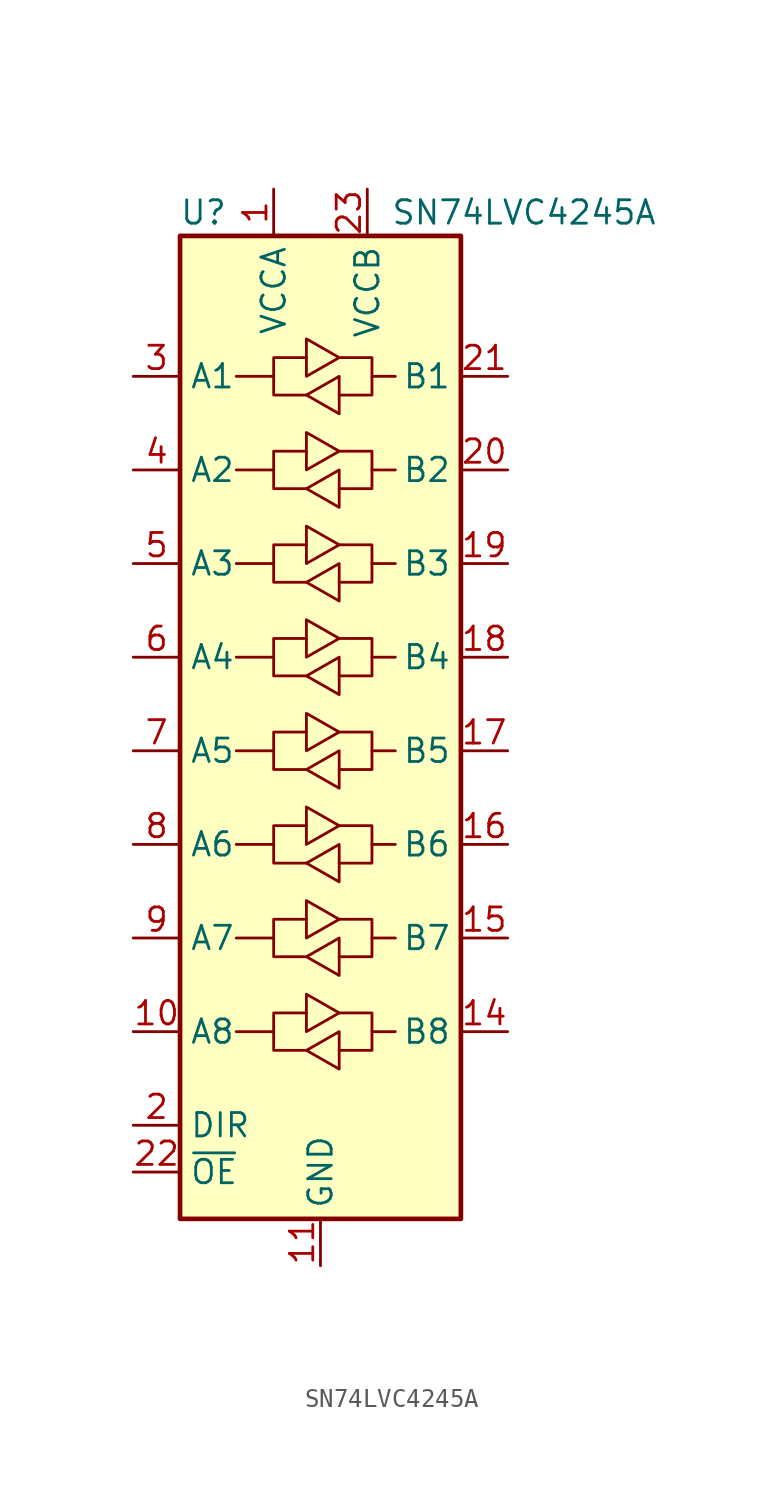
<source format=kicad_sym>
(kicad_symbol_lib
  (version 20211014)
  (generator kicad_symbol_editor)
  (symbol "SN74LVC4245A"
    (property "Reference" "U"
      (at -6.35 11.43 0)
      (effects (font (size 1.27 1.27))))
    (property "Value" "SN74LVC4245A"
      (at 3.81 11.43 0)
      (effects (font (size 1.27 1.27)) (justify left)))
    (symbol "SN74LVC4245A_0_1"
      (rectangle (start -7.62 10.16) (end 7.62 -43.18) (stroke (width 0.254) (type default) (color 0 0 0 0)) (fill (type background)))
      (polyline (pts (xy -2.54 2.54) (xy -2.54 3.556) (xy -0.762 3.556)) (stroke (width 0) (type default) (color 0 0 0 0)) (fill (type none)))
      (polyline (pts (xy 2.794 2.54) (xy 2.794 1.524) (xy 1.016 1.524)) (stroke (width 0) (type default) (color 0 0 0 0)) (fill (type none)))
      (polyline (pts (xy -0.762 1.524) (xy -2.54 1.524) (xy -2.54 2.54) (xy -4.572 2.54)) (stroke (width 0) (type default) (color 0 0 0 0)) (fill (type none)))
      (polyline (pts (xy -0.762 2.54) (xy -0.762 4.572) (xy 1.016 3.556) (xy -0.762 2.54)) (stroke (width 0) (type default) (color 0 0 0 0)) (fill (type none)))
      (polyline (pts (xy 1.016 3.556) (xy 2.794 3.556) (xy 2.794 2.54) (xy 4.064 2.54)) (stroke (width 0) (type default) (color 0 0 0 0)) (fill (type none)))
      (polyline (pts (xy 1.016 2.54) (xy 1.016 0.762) (xy 1.016 0.508) (xy -0.762 1.524) (xy 1.016 2.54)) (stroke (width 0) (type default) (color 0 0 0 0)) (fill (type none))))
    (symbol "SN74LVC4245A_1_1"
      (polyline (pts (xy -2.54 -33.02) (xy -2.54 -32.004) (xy -0.762 -32.004)) (stroke (width 0) (type default) (color 0 0 0 0)) (fill (type none)))
      (polyline (pts (xy -2.54 -27.94) (xy -2.54 -26.924) (xy -0.762 -26.924)) (stroke (width 0) (type default) (color 0 0 0 0)) (fill (type none)))
      (polyline (pts (xy -2.54 -22.86) (xy -2.54 -21.844) (xy -0.762 -21.844)) (stroke (width 0) (type default) (color 0 0 0 0)) (fill (type none)))
      (polyline (pts (xy -2.54 -17.78) (xy -2.54 -16.764) (xy -0.762 -16.764)) (stroke (width 0) (type default) (color 0 0 0 0)) (fill (type none)))
      (polyline (pts (xy -2.54 -12.7) (xy -2.54 -11.684) (xy -0.762 -11.684)) (stroke (width 0) (type default) (color 0 0 0 0)) (fill (type none)))
      (polyline (pts (xy -2.54 -7.62) (xy -2.54 -6.604) (xy -0.762 -6.604)) (stroke (width 0) (type default) (color 0 0 0 0)) (fill (type none)))
      (polyline (pts (xy -2.54 -2.54) (xy -2.54 -1.524) (xy -0.762 -1.524)) (stroke (width 0) (type default) (color 0 0 0 0)) (fill (type none)))
      (polyline (pts (xy 2.794 -33.02) (xy 2.794 -34.036) (xy 1.016 -34.036)) (stroke (width 0) (type default) (color 0 0 0 0)) (fill (type none)))
      (polyline (pts (xy 2.794 -27.94) (xy 2.794 -28.956) (xy 1.016 -28.956)) (stroke (width 0) (type default) (color 0 0 0 0)) (fill (type none)))
      (polyline (pts (xy 2.794 -22.86) (xy 2.794 -23.876) (xy 1.016 -23.876)) (stroke (width 0) (type default) (color 0 0 0 0)) (fill (type none)))
      (polyline (pts (xy 2.794 -17.78) (xy 2.794 -18.796) (xy 1.016 -18.796)) (stroke (width 0) (type default) (color 0 0 0 0)) (fill (type none)))
      (polyline (pts (xy 2.794 -12.7) (xy 2.794 -13.716) (xy 1.016 -13.716)) (stroke (width 0) (type default) (color 0 0 0 0)) (fill (type none)))
      (polyline (pts (xy 2.794 -7.62) (xy 2.794 -8.636) (xy 1.016 -8.636)) (stroke (width 0) (type default) (color 0 0 0 0)) (fill (type none)))
      (polyline (pts (xy 2.794 -2.54) (xy 2.794 -3.556) (xy 1.016 -3.556)) (stroke (width 0) (type default) (color 0 0 0 0)) (fill (type none)))
      (polyline (pts (xy -0.762 -34.036) (xy -2.54 -34.036) (xy -2.54 -33.02) (xy -4.572 -33.02)) (stroke (width 0) (type default) (color 0 0 0 0)) (fill (type none)))
      (polyline (pts (xy -0.762 -33.02) (xy -0.762 -30.988) (xy 1.016 -32.004) (xy -0.762 -33.02)) (stroke (width 0) (type default) (color 0 0 0 0)) (fill (type none)))
      (polyline (pts (xy -0.762 -28.956) (xy -2.54 -28.956) (xy -2.54 -27.94) (xy -4.572 -27.94)) (stroke (width 0) (type default) (color 0 0 0 0)) (fill (type none)))
      (polyline (pts (xy -0.762 -27.94) (xy -0.762 -25.908) (xy 1.016 -26.924) (xy -0.762 -27.94)) (stroke (width 0) (type default) (color 0 0 0 0)) (fill (type none)))
      (polyline (pts (xy -0.762 -23.876) (xy -2.54 -23.876) (xy -2.54 -22.86) (xy -4.572 -22.86)) (stroke (width 0) (type default) (color 0 0 0 0)) (fill (type none)))
      (polyline (pts (xy -0.762 -22.86) (xy -0.762 -20.828) (xy 1.016 -21.844) (xy -0.762 -22.86)) (stroke (width 0) (type default) (color 0 0 0 0)) (fill (type none)))
      (polyline (pts (xy -0.762 -18.796) (xy -2.54 -18.796) (xy -2.54 -17.78) (xy -4.572 -17.78)) (stroke (width 0) (type default) (color 0 0 0 0)) (fill (type none)))
      (polyline (pts (xy -0.762 -17.78) (xy -0.762 -15.748) (xy 1.016 -16.764) (xy -0.762 -17.78)) (stroke (width 0) (type default) (color 0 0 0 0)) (fill (type none)))
      (polyline (pts (xy -0.762 -13.716) (xy -2.54 -13.716) (xy -2.54 -12.7) (xy -4.572 -12.7)) (stroke (width 0) (type default) (color 0 0 0 0)) (fill (type none)))
      (polyline (pts (xy -0.762 -12.7) (xy -0.762 -10.668) (xy 1.016 -11.684) (xy -0.762 -12.7)) (stroke (width 0) (type default) (color 0 0 0 0)) (fill (type none)))
      (polyline (pts (xy -0.762 -8.636) (xy -2.54 -8.636) (xy -2.54 -7.62) (xy -4.572 -7.62)) (stroke (width 0) (type default) (color 0 0 0 0)) (fill (type none)))
      (polyline (pts (xy -0.762 -7.62) (xy -0.762 -5.588) (xy 1.016 -6.604) (xy -0.762 -7.62)) (stroke (width 0) (type default) (color 0 0 0 0)) (fill (type none)))
      (polyline (pts (xy -0.762 -3.556) (xy -2.54 -3.556) (xy -2.54 -2.54) (xy -4.572 -2.54)) (stroke (width 0) (type default) (color 0 0 0 0)) (fill (type none)))
      (polyline (pts (xy -0.762 -2.54) (xy -0.762 -0.508) (xy 1.016 -1.524) (xy -0.762 -2.54)) (stroke (width 0) (type default) (color 0 0 0 0)) (fill (type none)))
      (polyline (pts (xy 1.016 -32.004) (xy 2.794 -32.004) (xy 2.794 -33.02) (xy 4.064 -33.02)) (stroke (width 0) (type default) (color 0 0 0 0)) (fill (type none)))
      (polyline (pts (xy 1.016 -26.924) (xy 2.794 -26.924) (xy 2.794 -27.94) (xy 4.064 -27.94)) (stroke (width 0) (type default) (color 0 0 0 0)) (fill (type none)))
      (polyline (pts (xy 1.016 -21.844) (xy 2.794 -21.844) (xy 2.794 -22.86) (xy 4.064 -22.86)) (stroke (width 0) (type default) (color 0 0 0 0)) (fill (type none)))
      (polyline (pts (xy 1.016 -16.764) (xy 2.794 -16.764) (xy 2.794 -17.78) (xy 4.064 -17.78)) (stroke (width 0) (type default) (color 0 0 0 0)) (fill (type none)))
      (polyline (pts (xy 1.016 -11.684) (xy 2.794 -11.684) (xy 2.794 -12.7) (xy 4.064 -12.7)) (stroke (width 0) (type default) (color 0 0 0 0)) (fill (type none)))
      (polyline (pts (xy 1.016 -6.604) (xy 2.794 -6.604) (xy 2.794 -7.62) (xy 4.064 -7.62)) (stroke (width 0) (type default) (color 0 0 0 0)) (fill (type none)))
      (polyline (pts (xy 1.016 -1.524) (xy 2.794 -1.524) (xy 2.794 -2.54) (xy 4.064 -2.54)) (stroke (width 0) (type default) (color 0 0 0 0)) (fill (type none)))
      (polyline (pts (xy 1.016 -33.02) (xy 1.016 -34.798) (xy 1.016 -35.052) (xy -0.762 -34.036) (xy 1.016 -33.02)) (stroke (width 0) (type default) (color 0 0 0 0)) (fill (type none)))
      (polyline (pts (xy 1.016 -27.94) (xy 1.016 -29.718) (xy 1.016 -29.972) (xy -0.762 -28.956) (xy 1.016 -27.94)) (stroke (width 0) (type default) (color 0 0 0 0)) (fill (type none)))
      (polyline (pts (xy 1.016 -22.86) (xy 1.016 -24.638) (xy 1.016 -24.892) (xy -0.762 -23.876) (xy 1.016 -22.86)) (stroke (width 0) (type default) (color 0 0 0 0)) (fill (type none)))
      (polyline (pts (xy 1.016 -17.78) (xy 1.016 -19.558) (xy 1.016 -19.812) (xy -0.762 -18.796) (xy 1.016 -17.78)) (stroke (width 0) (type default) (color 0 0 0 0)) (fill (type none)))
      (polyline (pts (xy 1.016 -12.7) (xy 1.016 -14.478) (xy 1.016 -14.732) (xy -0.762 -13.716) (xy 1.016 -12.7)) (stroke (width 0) (type default) (color 0 0 0 0)) (fill (type none)))
      (polyline (pts (xy 1.016 -7.62) (xy 1.016 -9.398) (xy 1.016 -9.652) (xy -0.762 -8.636) (xy 1.016 -7.62)) (stroke (width 0) (type default) (color 0 0 0 0)) (fill (type none)))
      (polyline (pts (xy 1.016 -2.54) (xy 1.016 -4.318) (xy 1.016 -4.572) (xy -0.762 -3.556) (xy 1.016 -2.54)) (stroke (width 0) (type default) (color 0 0 0 0)) (fill (type none)))
      (pin power_in line (at -2.54 12.7 270) (length 2.54) (name "VCCA" (effects (font (size 1.27 1.27)))) (number "1" (effects (font (size 1.27 1.27)))))
      (pin bidirectional line (at -10.16 -33.02 0) (length 2.54) (name "A8" (effects (font (size 1.27 1.27)))) (number "10" (effects (font (size 1.27 1.27)))))
      (pin power_in line (at 0 -45.72 90) (length 2.54) (name "GND" (effects (font (size 1.27 1.27)))) (number "11" (effects (font (size 1.27 1.27)))))
      (pin power_in line (at 0 -45.72 90) (length 2.54) hide (name "GND" (effects (font (size 1.27 1.27)))) (number "12" (effects (font (size 1.27 1.27)))))
      (pin power_in line (at 0 -45.72 90) (length 2.54) hide (name "GND" (effects (font (size 1.27 1.27)))) (number "13" (effects (font (size 1.27 1.27)))))
      (pin bidirectional line (at 10.16 -33.02 180) (length 2.54) (name "B8" (effects (font (size 1.27 1.27)))) (number "14" (effects (font (size 1.27 1.27)))))
      (pin bidirectional line (at 10.16 -27.94 180) (length 2.54) (name "B7" (effects (font (size 1.27 1.27)))) (number "15" (effects (font (size 1.27 1.27)))))
      (pin bidirectional line (at 10.16 -22.86 180) (length 2.54) (name "B6" (effects (font (size 1.27 1.27)))) (number "16" (effects (font (size 1.27 1.27)))))
      (pin bidirectional line (at 10.16 -17.78 180) (length 2.54) (name "B5" (effects (font (size 1.27 1.27)))) (number "17" (effects (font (size 1.27 1.27)))))
      (pin bidirectional line (at 10.16 -12.7 180) (length 2.54) (name "B4" (effects (font (size 1.27 1.27)))) (number "18" (effects (font (size 1.27 1.27)))))
      (pin bidirectional line (at 10.16 -7.62 180) (length 2.54) (name "B3" (effects (font (size 1.27 1.27)))) (number "19" (effects (font (size 1.27 1.27)))))
      (pin input line (at -10.16 -38.1 0) (length 2.54) (name "DIR" (effects (font (size 1.27 1.27)))) (number "2" (effects (font (size 1.27 1.27)))))
      (pin bidirectional line (at 10.16 -2.54 180) (length 2.54) (name "B2" (effects (font (size 1.27 1.27)))) (number "20" (effects (font (size 1.27 1.27)))))
      (pin bidirectional line (at 10.16 2.54 180) (length 2.54) (name "B1" (effects (font (size 1.27 1.27)))) (number "21" (effects (font (size 1.27 1.27)))))
      (pin input line (at -10.16 -40.64 0) (length 2.54) (name "~{OE}" (effects (font (size 1.27 1.27)))) (number "22" (effects (font (size 1.27 1.27)))))
      (pin power_in line (at 2.54 12.7 270) (length 2.54) (name "VCCB" (effects (font (size 1.27 1.27)))) (number "23" (effects (font (size 1.27 1.27)))))
      (pin power_in line (at 2.54 12.7 270) (length 2.54) hide (name "VCCB" (effects (font (size 1.27 1.27)))) (number "24" (effects (font (size 1.27 1.27)))))
      (pin bidirectional line (at -10.16 2.54 0) (length 2.54) (name "A1" (effects (font (size 1.27 1.27)))) (number "3" (effects (font (size 1.27 1.27)))))
      (pin bidirectional line (at -10.16 -2.54 0) (length 2.54) (name "A2" (effects (font (size 1.27 1.27)))) (number "4" (effects (font (size 1.27 1.27)))))
      (pin bidirectional line (at -10.16 -7.62 0) (length 2.54) (name "A3" (effects (font (size 1.27 1.27)))) (number "5" (effects (font (size 1.27 1.27)))))
      (pin bidirectional line (at -10.16 -12.7 0) (length 2.54) (name "A4" (effects (font (size 1.27 1.27)))) (number "6" (effects (font (size 1.27 1.27)))))
      (pin bidirectional line (at -10.16 -17.78 0) (length 2.54) (name "A5" (effects (font (size 1.27 1.27)))) (number "7" (effects (font (size 1.27 1.27)))))
      (pin bidirectional line (at -10.16 -22.86 0) (length 2.54) (name "A6" (effects (font (size 1.27 1.27)))) (number "8" (effects (font (size 1.27 1.27)))))
      (pin bidirectional line (at -10.16 -27.94 0) (length 2.54) (name "A7" (effects (font (size 1.27 1.27)))) (number "9" (effects (font (size 1.27 1.27))))))))
</source>
